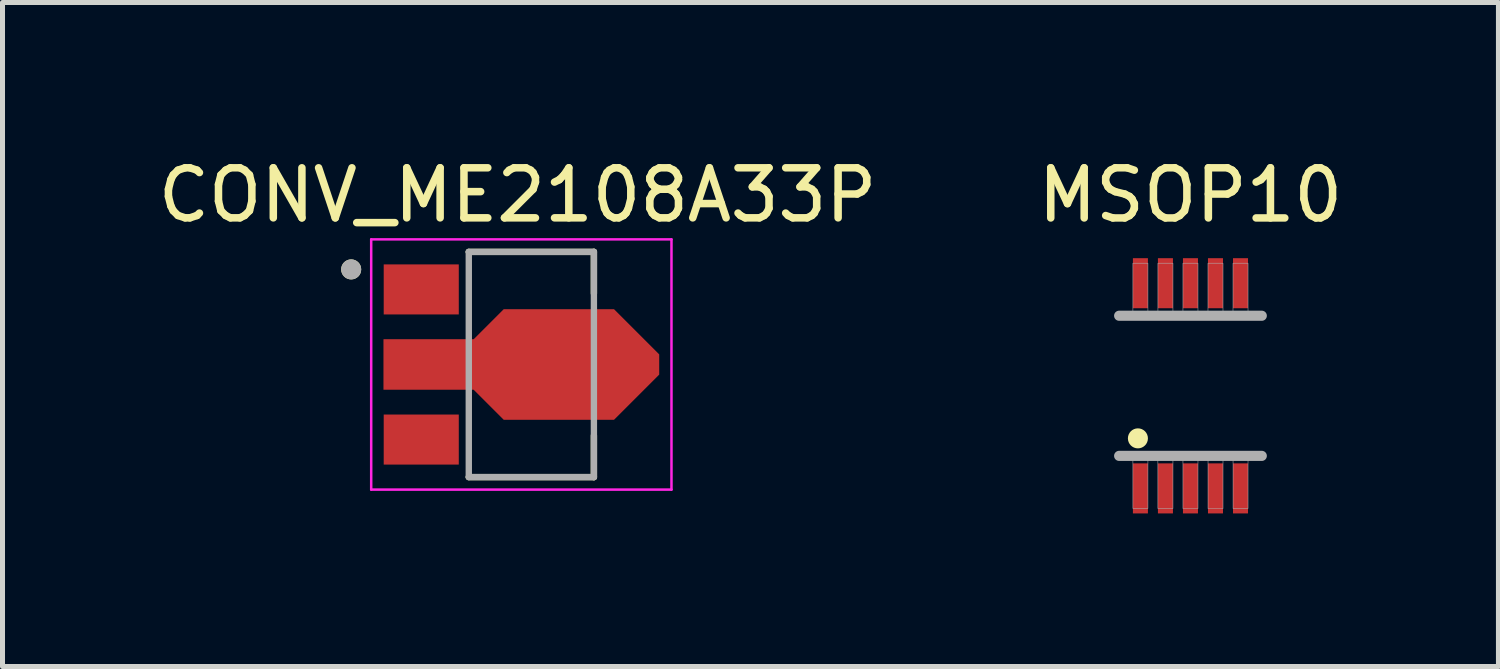
<source format=kicad_pcb>
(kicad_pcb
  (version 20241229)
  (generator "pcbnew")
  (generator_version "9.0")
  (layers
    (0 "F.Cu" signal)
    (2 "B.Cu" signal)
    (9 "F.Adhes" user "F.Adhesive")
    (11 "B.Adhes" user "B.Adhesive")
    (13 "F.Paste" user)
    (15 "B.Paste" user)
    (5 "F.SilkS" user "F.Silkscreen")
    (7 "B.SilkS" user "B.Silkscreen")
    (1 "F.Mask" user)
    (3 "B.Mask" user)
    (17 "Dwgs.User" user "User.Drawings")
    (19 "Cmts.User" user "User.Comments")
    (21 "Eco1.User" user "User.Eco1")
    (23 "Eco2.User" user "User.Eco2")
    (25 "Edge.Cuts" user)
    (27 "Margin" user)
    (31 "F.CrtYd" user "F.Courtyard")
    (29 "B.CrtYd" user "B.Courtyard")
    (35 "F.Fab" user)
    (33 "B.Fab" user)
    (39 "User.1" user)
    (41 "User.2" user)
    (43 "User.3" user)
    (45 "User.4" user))
  (footprint "CONV_ME2108A33P"
    (layer "F.Cu")
    (at 7.367 4.233)
    (property "Reference" "CONV_ME2108A33P" (at -0.075 -3.385 0) (layer "F.SilkS") (effects (font (size 1 1) (thickness 0.15))))
    (attr smd)
    (fp_poly (pts (xy -2.82 -2.07) (xy -1.18 -2.07) (xy -1.18 -0.93) (xy -2.82 -0.93)) (stroke (width 0.01) (type solid)) (fill yes) (layer "F.Mask"))
    (fp_poly (pts (xy -2.82 0.93) (xy -1.18 0.93) (xy -1.18 2.07) (xy -2.82 2.07)) (stroke (width 0.01) (type solid)) (fill yes) (layer "F.Mask"))
    (fp_poly (pts (xy -2.82 -0.57) (xy -0.985 -0.57) (xy -0.385 -1.17) (xy 1.885 -1.17) (xy 2.82 -0.235) (xy 2.82 0.235) (xy 1.885 1.17) (xy -0.385 1.17) (xy -0.985 0.57) (xy -2.82 0.57)) (stroke (width 0.01) (type solid)) (fill yes) (layer "F.Mask"))
    (fp_line (start -1.05 -2.25) (end 1.45 -2.25) (stroke (width 0.127) (type solid)) (layer "F.SilkS"))
    (fp_line (start 1.45 -2.25) (end 1.45 -1.42) (stroke (width 0.127) (type solid)) (layer "F.SilkS"))
    (fp_line (start 1.45 1.42) (end 1.45 2.25) (stroke (width 0.127) (type solid)) (layer "F.SilkS"))
    (fp_line (start 1.45 2.25) (end -1.05 2.25) (stroke (width 0.127) (type solid)) (layer "F.SilkS"))
    (fp_circle (center -3.4 -1.9) (end -3.3 -1.9) (stroke (width 0.2) (type solid)) (fill no) (layer "F.SilkS"))
    (fp_poly (pts (xy -2.75 -0.5) (xy -0.95 -0.5) (xy -0.35 -1.1) (xy 1.85 -1.1) (xy 2.75 -0.2) (xy 2.75 0.2) (xy 1.85 1.1) (xy -0.35 1.1) (xy -0.95 0.5) (xy -2.75 0.5)) (stroke (width 0.01) (type solid)) (fill yes) (layer "F.Paste"))
    (fp_line (start -3 -2.5) (end 3 -2.5) (stroke (width 0.05) (type solid)) (layer "F.CrtYd"))
    (fp_line (start -3 2.5) (end -3 -2.5) (stroke (width 0.05) (type solid)) (layer "F.CrtYd"))
    (fp_line (start 3 -2.5) (end 3 2.5) (stroke (width 0.05) (type solid)) (layer "F.CrtYd"))
    (fp_line (start 3 2.5) (end -3 2.5) (stroke (width 0.05) (type solid)) (layer "F.CrtYd"))
    (fp_line (start -1.05 -2.25) (end 1.45 -2.25) (stroke (width 0.127) (type solid)) (layer "F.Fab"))
    (fp_line (start -1.05 2.25) (end -1.05 -2.25) (stroke (width 0.127) (type solid)) (layer "F.Fab"))
    (fp_line (start 1.45 -2.25) (end 1.45 2.25) (stroke (width 0.127) (type solid)) (layer "F.Fab"))
    (fp_line (start 1.45 2.25) (end -1.05 2.25) (stroke (width 0.127) (type solid)) (layer "F.Fab"))
    (fp_circle (center -3.4 -1.9) (end -3.3 -1.9) (stroke (width 0.2) (type solid)) (fill no) (layer "F.Fab"))
    (pad "1" smd rect (at -2 -1.5) (size 1.5 1) (layers "F.Cu" "F.Paste"))
    (pad "2" smd custom (at -2 0) (size 1.4 0.9) (layers "F.Cu") (options (anchor rect)) (primitives (gr_poly (pts (xy -0.75 -0.5) (xy 1.05 -0.5) (xy 1.65 -1.1) (xy 3.85 -1.1) (xy 4.75 -0.2) (xy 4.75 0.2) (xy 3.85 1.1) (xy 1.65 1.1) (xy 1.05 0.5) (xy -0.75 0.5)) (width 0.01) (fill yes))))
    (pad "3" smd rect (at -2 1.5) (size 1.5 1) (layers "F.Cu" "F.Paste")))
  (footprint "MSOP10"
    (layer "F.Cu")
    (at 20.737 4.659)
    (property "Reference" "MSOP10" (at 0 -3.81 180) (layer "F.SilkS") (effects (font (size 1.002 1.002) (thickness 0.15))))
    (attr smd)
    (fp_poly (pts (xy -1.202 -2.6) (xy -0.8 -2.6) (xy -0.8 -1.502) (xy -1.202 -1.502)) (stroke (width 0.01) (type solid)) (fill yes) (layer "F.Mask"))
    (fp_poly (pts (xy -1.201 1.5) (xy -0.8 1.5) (xy -0.8 2.603) (xy -1.201 2.603)) (stroke (width 0.01) (type solid)) (fill yes) (layer "F.Mask"))
    (fp_poly (pts (xy -0.701 1.5) (xy -0.3 1.5) (xy -0.3 2.604) (xy -0.701 2.604)) (stroke (width 0.01) (type solid)) (fill yes) (layer "F.Mask"))
    (fp_poly (pts (xy -0.7 -2.6) (xy -0.3 -2.6) (xy -0.3 -1.501) (xy -0.7 -1.501)) (stroke (width 0.01) (type solid)) (fill yes) (layer "F.Mask"))
    (fp_poly (pts (xy -0.2 1.5) (xy 0.2 1.5) (xy 0.2 2.604) (xy -0.2 2.604)) (stroke (width 0.01) (type solid)) (fill yes) (layer "F.Mask"))
    (fp_poly (pts (xy -0.2 -2.6) (xy 0.2 -2.6) (xy 0.2 -1.502) (xy -0.2 -1.502)) (stroke (width 0.01) (type solid)) (fill yes) (layer "F.Mask"))
    (fp_poly (pts (xy 0.3 -2.6) (xy 0.7 -2.6) (xy 0.7 -1.5) (xy 0.3 -1.5)) (stroke (width 0.01) (type solid)) (fill yes) (layer "F.Mask"))
    (fp_poly (pts (xy 0.3 1.5) (xy 0.7 1.5) (xy 0.7 2.604) (xy 0.3 2.604)) (stroke (width 0.01) (type solid)) (fill yes) (layer "F.Mask"))
    (fp_poly (pts (xy 0.8 -2.6) (xy 1.2 -2.6) (xy 1.2 -1.501) (xy 0.8 -1.501)) (stroke (width 0.01) (type solid)) (fill yes) (layer "F.Mask"))
    (fp_poly (pts (xy 0.8 1.5) (xy 1.2 1.5) (xy 1.2 2.602) (xy 0.8 2.602)) (stroke (width 0.01) (type solid)) (fill yes) (layer "F.Mask"))
    (fp_circle (center -1.05 1.05) (end -0.85 1.05) (stroke (width 0) (type solid)) (fill yes) (layer "F.SilkS"))
    (fp_poly (pts (xy -1.127 1.625) (xy -0.875 1.625) (xy -0.875 2.504) (xy -1.127 2.504)) (stroke (width 0.01) (type solid)) (fill yes) (layer "F.Paste"))
    (fp_poly (pts (xy -1.125 -2.5) (xy -0.875 -2.5) (xy -0.875 -1.626) (xy -1.125 -1.626)) (stroke (width 0.01) (type solid)) (fill yes) (layer "F.Paste"))
    (fp_poly (pts (xy -0.625 1.625) (xy -0.375 1.625) (xy -0.375 2.502) (xy -0.625 2.502)) (stroke (width 0.01) (type solid)) (fill yes) (layer "F.Paste"))
    (fp_poly (pts (xy -0.625 -2.5) (xy -0.375 -2.5) (xy -0.375 -1.625) (xy -0.625 -1.625)) (stroke (width 0.01) (type solid)) (fill yes) (layer "F.Paste"))
    (fp_poly (pts (xy -0.125 -2.5) (xy 0.125 -2.5) (xy 0.125 -1.626) (xy -0.125 -1.626)) (stroke (width 0.01) (type solid)) (fill yes) (layer "F.Paste"))
    (fp_poly (pts (xy -0.125 1.625) (xy 0.125 1.625) (xy 0.125 2.5) (xy -0.125 2.5)) (stroke (width 0.01) (type solid)) (fill yes) (layer "F.Paste"))
    (fp_poly (pts (xy 0.376 -2.5) (xy 0.625 -2.5) (xy 0.625 -1.627) (xy 0.376 -1.627)) (stroke (width 0.01) (type solid)) (fill yes) (layer "F.Paste"))
    (fp_poly (pts (xy 0.376 1.625) (xy 0.625 1.625) (xy 0.625 2.504) (xy 0.376 2.504)) (stroke (width 0.01) (type solid)) (fill yes) (layer "F.Paste"))
    (fp_poly (pts (xy 0.875 1.625) (xy 1.125 1.625) (xy 1.125 2.501) (xy 0.875 2.501)) (stroke (width 0.01) (type solid)) (fill yes) (layer "F.Paste"))
    (fp_poly (pts (xy 0.875 -2.5) (xy 1.125 -2.5) (xy 1.125 -1.626) (xy 0.875 -1.626)) (stroke (width 0.01) (type solid)) (fill yes) (layer "F.Paste"))
    (fp_line (start -1.425 1.4) (end 1.425 1.4) (stroke (width 0.203) (type solid)) (layer "F.Fab"))
    (fp_line (start 1.425 -1.4) (end -1.425 -1.4) (stroke (width 0.203) (type solid)) (layer "F.Fab"))
    (fp_poly (pts (xy -1.15 -2.45) (xy -0.85 -2.45) (xy -0.85 -1.476) (xy -1.15 -1.476)) (stroke (width 0.01) (type solid)) (fill no) (layer "F.Fab"))
    (fp_poly (pts (xy -1.15 1.475) (xy -0.85 1.475) (xy -0.85 2.451) (xy -1.15 2.451)) (stroke (width 0.01) (type solid)) (fill no) (layer "F.Fab"))
    (fp_poly (pts (xy -0.651 1.475) (xy -0.35 1.475) (xy -0.35 2.452) (xy -0.651 2.452)) (stroke (width 0.01) (type solid)) (fill no) (layer "F.Fab"))
    (fp_poly (pts (xy -0.65 -2.45) (xy -0.35 -2.45) (xy -0.35 -1.476) (xy -0.65 -1.476)) (stroke (width 0.01) (type solid)) (fill no) (layer "F.Fab"))
    (fp_poly (pts (xy -0.15 1.475) (xy 0.15 1.475) (xy 0.15 2.453) (xy -0.15 2.453)) (stroke (width 0.01) (type solid)) (fill no) (layer "F.Fab"))
    (fp_poly (pts (xy -0.15 -2.45) (xy 0.15 -2.45) (xy 0.15 -1.476) (xy -0.15 -1.476)) (stroke (width 0.01) (type solid)) (fill no) (layer "F.Fab"))
    (fp_poly (pts (xy 0.35 -2.45) (xy 0.65 -2.45) (xy 0.65 -1.476) (xy 0.35 -1.476)) (stroke (width 0.01) (type solid)) (fill no) (layer "F.Fab"))
    (fp_poly (pts (xy 0.351 1.475) (xy 0.65 1.475) (xy 0.65 2.454) (xy 0.351 2.454)) (stroke (width 0.01) (type solid)) (fill no) (layer "F.Fab"))
    (fp_poly (pts (xy 0.85 -2.45) (xy 1.15 -2.45) (xy 1.15 -1.476) (xy 0.85 -1.476)) (stroke (width 0.01) (type solid)) (fill no) (layer "F.Fab"))
    (fp_poly (pts (xy 0.851 1.475) (xy 1.15 1.475) (xy 1.15 2.452) (xy 0.851 2.452)) (stroke (width 0.01) (type solid)) (fill no) (layer "F.Fab"))
    (pad "1" smd rect (at -1 2.05) (size 0.3 1) (layers "F.Cu"))
    (pad "2" smd rect (at -0.5 2.05) (size 0.3 1) (layers "F.Cu"))
    (pad "3" smd rect (at 0 2.05) (size 0.3 1) (layers "F.Cu"))
    (pad "4" smd rect (at 0.5 2.05) (size 0.3 1) (layers "F.Cu"))
    (pad "5" smd rect (at 1 2.05) (size 0.3 1) (layers "F.Cu"))
    (pad "6" smd rect (at 1 -2.05) (size 0.3 1) (layers "F.Cu"))
    (pad "7" smd rect (at 0.5 -2.05) (size 0.3 1) (layers "F.Cu"))
    (pad "8" smd rect (at 0 -2.05) (size 0.3 1) (layers "F.Cu"))
    (pad "9" smd rect (at -0.5 -2.05) (size 0.3 1) (layers "F.Cu"))
    (pad "10" smd rect (at -1 -2.05) (size 0.3 1) (layers "F.Cu")))
  (gr_rect
    (start -3 -3)
    (end 26.891 10.268)
    (stroke (width 0.1) (type default))
    (fill no)
    (layer "Edge.Cuts")))
</source>
